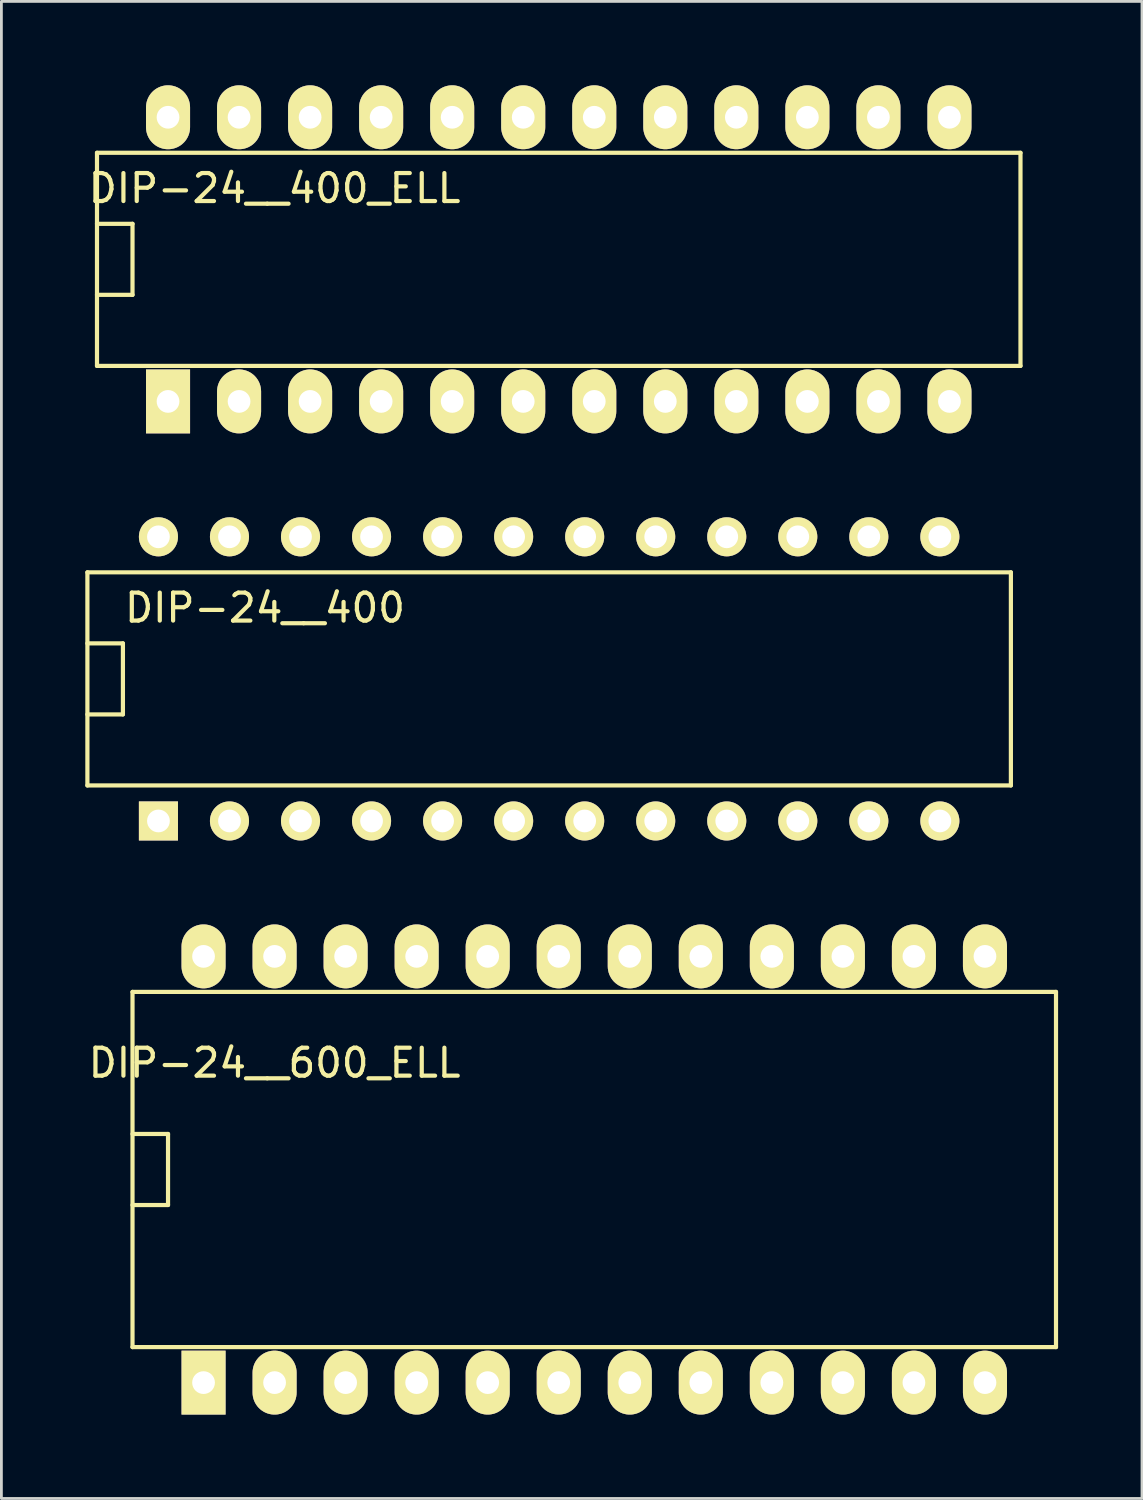
<source format=kicad_pcb>
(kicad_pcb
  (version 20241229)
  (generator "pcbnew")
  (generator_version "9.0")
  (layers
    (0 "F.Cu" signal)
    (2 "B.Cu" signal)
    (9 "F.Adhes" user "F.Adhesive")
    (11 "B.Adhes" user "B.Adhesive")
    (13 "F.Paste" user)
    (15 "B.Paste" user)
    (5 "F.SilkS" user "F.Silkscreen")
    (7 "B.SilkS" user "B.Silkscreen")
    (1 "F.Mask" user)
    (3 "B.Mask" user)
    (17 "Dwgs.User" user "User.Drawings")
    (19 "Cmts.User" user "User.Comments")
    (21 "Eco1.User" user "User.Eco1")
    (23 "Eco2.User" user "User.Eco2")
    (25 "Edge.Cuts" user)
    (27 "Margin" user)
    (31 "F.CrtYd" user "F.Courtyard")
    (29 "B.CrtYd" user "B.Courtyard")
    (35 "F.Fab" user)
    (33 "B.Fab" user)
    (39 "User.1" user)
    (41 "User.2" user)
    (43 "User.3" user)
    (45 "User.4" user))
  (footprint "DIP-24__600_ELL"
    (layer "F.Cu")
    (at 18.198 38.766)
    (property "Reference" "DIP-24__600_ELL" (at -11.43 -3.81 0) (layer "F.SilkS") (effects (font (size 1 1) (thickness 0.15))))
    (attr through_hole)
    (fp_line (start -16.51 -6.35) (end 16.51 -6.35) (stroke (width 0.15) (type solid)) (layer "F.SilkS"))
    (fp_line (start -16.51 -1.27) (end -15.24 -1.27) (stroke (width 0.15) (type solid)) (layer "F.SilkS"))
    (fp_line (start -16.51 6.35) (end -16.51 -6.35) (stroke (width 0.15) (type solid)) (layer "F.SilkS"))
    (fp_line (start -15.24 -1.27) (end -15.24 1.27) (stroke (width 0.15) (type solid)) (layer "F.SilkS"))
    (fp_line (start -15.24 1.27) (end -16.51 1.27) (stroke (width 0.15) (type solid)) (layer "F.SilkS"))
    (fp_line (start 16.51 -6.35) (end 16.51 6.35) (stroke (width 0.15) (type solid)) (layer "F.SilkS"))
    (fp_line (start 16.51 6.35) (end -16.51 6.35) (stroke (width 0.15) (type solid)) (layer "F.SilkS"))
    (pad "1" thru_hole rect (at -13.97 7.62) (size 1.575 2.286) (drill 0.813) (layers "*.Cu" "*.Mask" "F.SilkS"))
    (pad "2" thru_hole oval (at -11.43 7.62) (size 1.575 2.286) (drill 0.813) (layers "*.Cu" "*.Mask" "F.SilkS"))
    (pad "3" thru_hole oval (at -8.89 7.62) (size 1.575 2.286) (drill 0.813) (layers "*.Cu" "*.Mask" "F.SilkS"))
    (pad "4" thru_hole oval (at -6.35 7.62) (size 1.575 2.286) (drill 0.813) (layers "*.Cu" "*.Mask" "F.SilkS"))
    (pad "5" thru_hole oval (at -3.81 7.62) (size 1.575 2.286) (drill 0.813) (layers "*.Cu" "*.Mask" "F.SilkS"))
    (pad "6" thru_hole oval (at -1.27 7.62) (size 1.575 2.286) (drill 0.813) (layers "*.Cu" "*.Mask" "F.SilkS"))
    (pad "7" thru_hole oval (at 1.27 7.62) (size 1.575 2.286) (drill 0.813) (layers "*.Cu" "*.Mask" "F.SilkS"))
    (pad "8" thru_hole oval (at 3.81 7.62) (size 1.575 2.286) (drill 0.813) (layers "*.Cu" "*.Mask" "F.SilkS"))
    (pad "9" thru_hole oval (at 6.35 7.62) (size 1.575 2.286) (drill 0.813) (layers "*.Cu" "*.Mask" "F.SilkS"))
    (pad "10" thru_hole oval (at 8.89 7.62) (size 1.575 2.286) (drill 0.813) (layers "*.Cu" "*.Mask" "F.SilkS"))
    (pad "11" thru_hole oval (at 11.43 7.62) (size 1.575 2.286) (drill 0.813) (layers "*.Cu" "*.Mask" "F.SilkS"))
    (pad "12" thru_hole oval (at 13.97 7.62) (size 1.575 2.286) (drill 0.813) (layers "*.Cu" "*.Mask" "F.SilkS"))
    (pad "13" thru_hole oval (at 13.97 -7.62) (size 1.575 2.286) (drill 0.813) (layers "*.Cu" "*.Mask" "F.SilkS"))
    (pad "14" thru_hole oval (at 11.43 -7.62) (size 1.575 2.286) (drill 0.813) (layers "*.Cu" "*.Mask" "F.SilkS"))
    (pad "15" thru_hole oval (at 8.89 -7.62) (size 1.575 2.286) (drill 0.813) (layers "*.Cu" "*.Mask" "F.SilkS"))
    (pad "16" thru_hole oval (at 6.35 -7.62) (size 1.575 2.286) (drill 0.813) (layers "*.Cu" "*.Mask" "F.SilkS"))
    (pad "17" thru_hole oval (at 3.81 -7.62) (size 1.575 2.286) (drill 0.813) (layers "*.Cu" "*.Mask" "F.SilkS"))
    (pad "18" thru_hole oval (at 1.27 -7.62) (size 1.575 2.286) (drill 0.813) (layers "*.Cu" "*.Mask" "F.SilkS"))
    (pad "19" thru_hole oval (at -1.27 -7.62) (size 1.575 2.286) (drill 0.813) (layers "*.Cu" "*.Mask" "F.SilkS"))
    (pad "20" thru_hole oval (at -3.81 -7.62) (size 1.575 2.286) (drill 0.813) (layers "*.Cu" "*.Mask" "F.SilkS"))
    (pad "21" thru_hole oval (at -6.35 -7.62) (size 1.575 2.286) (drill 0.813) (layers "*.Cu" "*.Mask" "F.SilkS"))
    (pad "22" thru_hole oval (at -8.89 -7.62) (size 1.575 2.286) (drill 0.813) (layers "*.Cu" "*.Mask" "F.SilkS"))
    (pad "23" thru_hole oval (at -11.43 -7.62) (size 1.575 2.286) (drill 0.813) (layers "*.Cu" "*.Mask" "F.SilkS"))
    (pad "24" thru_hole oval (at -13.97 -7.62) (size 1.575 2.286) (drill 0.813) (layers "*.Cu" "*.Mask" "F.SilkS")))
  (footprint "DIP-24__400"
    (layer "F.Cu")
    (at 16.585 21.224)
    (property "Reference" "DIP-24__400" (at -10.16 -2.54 0) (layer "F.SilkS") (effects (font (size 1 1) (thickness 0.15))))
    (attr through_hole)
    (fp_line (start -16.51 -3.81) (end 16.51 -3.81) (stroke (width 0.15) (type solid)) (layer "F.SilkS"))
    (fp_line (start -16.51 -1.27) (end -15.24 -1.27) (stroke (width 0.15) (type solid)) (layer "F.SilkS"))
    (fp_line (start -16.51 3.81) (end -16.51 -3.81) (stroke (width 0.15) (type solid)) (layer "F.SilkS"))
    (fp_line (start -15.24 -1.27) (end -15.24 1.27) (stroke (width 0.15) (type solid)) (layer "F.SilkS"))
    (fp_line (start -15.24 1.27) (end -16.51 1.27) (stroke (width 0.15) (type solid)) (layer "F.SilkS"))
    (fp_line (start 16.51 -3.81) (end 16.51 3.81) (stroke (width 0.15) (type solid)) (layer "F.SilkS"))
    (fp_line (start 16.51 3.81) (end -16.51 3.81) (stroke (width 0.15) (type solid)) (layer "F.SilkS"))
    (pad "1" thru_hole rect (at -13.97 5.08) (size 1.397 1.397) (drill 0.813) (layers "*.Cu" "*.Mask" "F.SilkS"))
    (pad "2" thru_hole circle (at -11.43 5.08) (size 1.397 1.397) (drill 0.813) (layers "*.Cu" "*.Mask" "F.SilkS"))
    (pad "3" thru_hole circle (at -8.89 5.08) (size 1.397 1.397) (drill 0.813) (layers "*.Cu" "*.Mask" "F.SilkS"))
    (pad "4" thru_hole circle (at -6.35 5.08) (size 1.397 1.397) (drill 0.813) (layers "*.Cu" "*.Mask" "F.SilkS"))
    (pad "5" thru_hole circle (at -3.81 5.08) (size 1.397 1.397) (drill 0.813) (layers "*.Cu" "*.Mask" "F.SilkS"))
    (pad "6" thru_hole circle (at -1.27 5.08) (size 1.397 1.397) (drill 0.813) (layers "*.Cu" "*.Mask" "F.SilkS"))
    (pad "7" thru_hole circle (at 1.27 5.08) (size 1.397 1.397) (drill 0.813) (layers "*.Cu" "*.Mask" "F.SilkS"))
    (pad "8" thru_hole circle (at 3.81 5.08) (size 1.397 1.397) (drill 0.813) (layers "*.Cu" "*.Mask" "F.SilkS"))
    (pad "9" thru_hole circle (at 6.35 5.08) (size 1.397 1.397) (drill 0.813) (layers "*.Cu" "*.Mask" "F.SilkS"))
    (pad "10" thru_hole circle (at 8.89 5.08) (size 1.397 1.397) (drill 0.813) (layers "*.Cu" "*.Mask" "F.SilkS"))
    (pad "11" thru_hole circle (at 11.43 5.08) (size 1.397 1.397) (drill 0.813) (layers "*.Cu" "*.Mask" "F.SilkS"))
    (pad "12" thru_hole circle (at 13.97 5.08) (size 1.397 1.397) (drill 0.813) (layers "*.Cu" "*.Mask" "F.SilkS"))
    (pad "13" thru_hole circle (at 13.97 -5.08) (size 1.397 1.397) (drill 0.813) (layers "*.Cu" "*.Mask" "F.SilkS"))
    (pad "14" thru_hole circle (at 11.43 -5.08) (size 1.397 1.397) (drill 0.813) (layers "*.Cu" "*.Mask" "F.SilkS"))
    (pad "15" thru_hole circle (at 8.89 -5.08) (size 1.397 1.397) (drill 0.813) (layers "*.Cu" "*.Mask" "F.SilkS"))
    (pad "16" thru_hole circle (at 6.35 -5.08) (size 1.397 1.397) (drill 0.813) (layers "*.Cu" "*.Mask" "F.SilkS"))
    (pad "17" thru_hole circle (at 3.81 -5.08) (size 1.397 1.397) (drill 0.813) (layers "*.Cu" "*.Mask" "F.SilkS"))
    (pad "18" thru_hole circle (at 1.27 -5.08) (size 1.397 1.397) (drill 0.813) (layers "*.Cu" "*.Mask" "F.SilkS"))
    (pad "19" thru_hole circle (at -1.27 -5.08) (size 1.397 1.397) (drill 0.813) (layers "*.Cu" "*.Mask" "F.SilkS"))
    (pad "20" thru_hole circle (at -3.81 -5.08) (size 1.397 1.397) (drill 0.813) (layers "*.Cu" "*.Mask" "F.SilkS"))
    (pad "21" thru_hole circle (at -6.35 -5.08) (size 1.397 1.397) (drill 0.813) (layers "*.Cu" "*.Mask" "F.SilkS"))
    (pad "22" thru_hole circle (at -8.89 -5.08) (size 1.397 1.397) (drill 0.813) (layers "*.Cu" "*.Mask" "F.SilkS"))
    (pad "23" thru_hole circle (at -11.43 -5.08) (size 1.397 1.397) (drill 0.813) (layers "*.Cu" "*.Mask" "F.SilkS"))
    (pad "24" thru_hole circle (at -13.97 -5.08) (size 1.397 1.397) (drill 0.813) (layers "*.Cu" "*.Mask" "F.SilkS")))
  (footprint "DIP-24__400_ELL"
    (layer "F.Cu")
    (at 16.928 6.223)
    (property "Reference" "DIP-24__400_ELL" (at -10.16 -2.54 0) (layer "F.SilkS") (effects (font (size 1 1) (thickness 0.15))))
    (attr through_hole)
    (fp_line (start -16.51 -3.81) (end 16.51 -3.81) (stroke (width 0.15) (type solid)) (layer "F.SilkS"))
    (fp_line (start -16.51 -1.27) (end -15.24 -1.27) (stroke (width 0.15) (type solid)) (layer "F.SilkS"))
    (fp_line (start -16.51 3.81) (end -16.51 -3.81) (stroke (width 0.15) (type solid)) (layer "F.SilkS"))
    (fp_line (start -15.24 -1.27) (end -15.24 1.27) (stroke (width 0.15) (type solid)) (layer "F.SilkS"))
    (fp_line (start -15.24 1.27) (end -16.51 1.27) (stroke (width 0.15) (type solid)) (layer "F.SilkS"))
    (fp_line (start 16.51 -3.81) (end 16.51 3.81) (stroke (width 0.15) (type solid)) (layer "F.SilkS"))
    (fp_line (start 16.51 3.81) (end -16.51 3.81) (stroke (width 0.15) (type solid)) (layer "F.SilkS"))
    (pad "1" thru_hole rect (at -13.97 5.08) (size 1.575 2.286) (drill 0.813) (layers "*.Cu" "*.Mask" "F.SilkS"))
    (pad "2" thru_hole oval (at -11.43 5.08) (size 1.575 2.286) (drill 0.813) (layers "*.Cu" "*.Mask" "F.SilkS"))
    (pad "3" thru_hole oval (at -8.89 5.08) (size 1.575 2.286) (drill 0.813) (layers "*.Cu" "*.Mask" "F.SilkS"))
    (pad "4" thru_hole oval (at -6.35 5.08) (size 1.575 2.286) (drill 0.813) (layers "*.Cu" "*.Mask" "F.SilkS"))
    (pad "5" thru_hole oval (at -3.81 5.08) (size 1.575 2.286) (drill 0.813) (layers "*.Cu" "*.Mask" "F.SilkS"))
    (pad "6" thru_hole oval (at -1.27 5.08) (size 1.575 2.286) (drill 0.813) (layers "*.Cu" "*.Mask" "F.SilkS"))
    (pad "7" thru_hole oval (at 1.27 5.08) (size 1.575 2.286) (drill 0.813) (layers "*.Cu" "*.Mask" "F.SilkS"))
    (pad "8" thru_hole oval (at 3.81 5.08) (size 1.575 2.286) (drill 0.813) (layers "*.Cu" "*.Mask" "F.SilkS"))
    (pad "9" thru_hole oval (at 6.35 5.08) (size 1.575 2.286) (drill 0.813) (layers "*.Cu" "*.Mask" "F.SilkS"))
    (pad "10" thru_hole oval (at 8.89 5.08) (size 1.575 2.286) (drill 0.813) (layers "*.Cu" "*.Mask" "F.SilkS"))
    (pad "11" thru_hole oval (at 11.43 5.08) (size 1.575 2.286) (drill 0.813) (layers "*.Cu" "*.Mask" "F.SilkS"))
    (pad "12" thru_hole oval (at 13.97 5.08) (size 1.575 2.286) (drill 0.813) (layers "*.Cu" "*.Mask" "F.SilkS"))
    (pad "13" thru_hole oval (at 13.97 -5.08) (size 1.575 2.286) (drill 0.813) (layers "*.Cu" "*.Mask" "F.SilkS"))
    (pad "14" thru_hole oval (at 11.43 -5.08) (size 1.575 2.286) (drill 0.813) (layers "*.Cu" "*.Mask" "F.SilkS"))
    (pad "15" thru_hole oval (at 8.89 -5.08) (size 1.575 2.286) (drill 0.813) (layers "*.Cu" "*.Mask" "F.SilkS"))
    (pad "16" thru_hole oval (at 6.35 -5.08) (size 1.575 2.286) (drill 0.813) (layers "*.Cu" "*.Mask" "F.SilkS"))
    (pad "17" thru_hole oval (at 3.81 -5.08) (size 1.575 2.286) (drill 0.813) (layers "*.Cu" "*.Mask" "F.SilkS"))
    (pad "18" thru_hole oval (at 1.27 -5.08) (size 1.575 2.286) (drill 0.813) (layers "*.Cu" "*.Mask" "F.SilkS"))
    (pad "19" thru_hole oval (at -1.27 -5.08) (size 1.575 2.286) (drill 0.813) (layers "*.Cu" "*.Mask" "F.SilkS"))
    (pad "20" thru_hole oval (at -3.81 -5.08) (size 1.575 2.286) (drill 0.813) (layers "*.Cu" "*.Mask" "F.SilkS"))
    (pad "21" thru_hole oval (at -6.35 -5.08) (size 1.575 2.286) (drill 0.813) (layers "*.Cu" "*.Mask" "F.SilkS"))
    (pad "22" thru_hole oval (at -8.89 -5.08) (size 1.575 2.286) (drill 0.813) (layers "*.Cu" "*.Mask" "F.SilkS"))
    (pad "23" thru_hole oval (at -11.43 -5.08) (size 1.575 2.286) (drill 0.813) (layers "*.Cu" "*.Mask" "F.SilkS"))
    (pad "24" thru_hole oval (at -13.97 -5.08) (size 1.575 2.286) (drill 0.813) (layers "*.Cu" "*.Mask" "F.SilkS")))
  (gr_rect
    (start -3 -3)
    (end 37.783 50.529)
    (stroke (width 0.1) (type default))
    (fill no)
    (layer "Edge.Cuts")))
</source>
